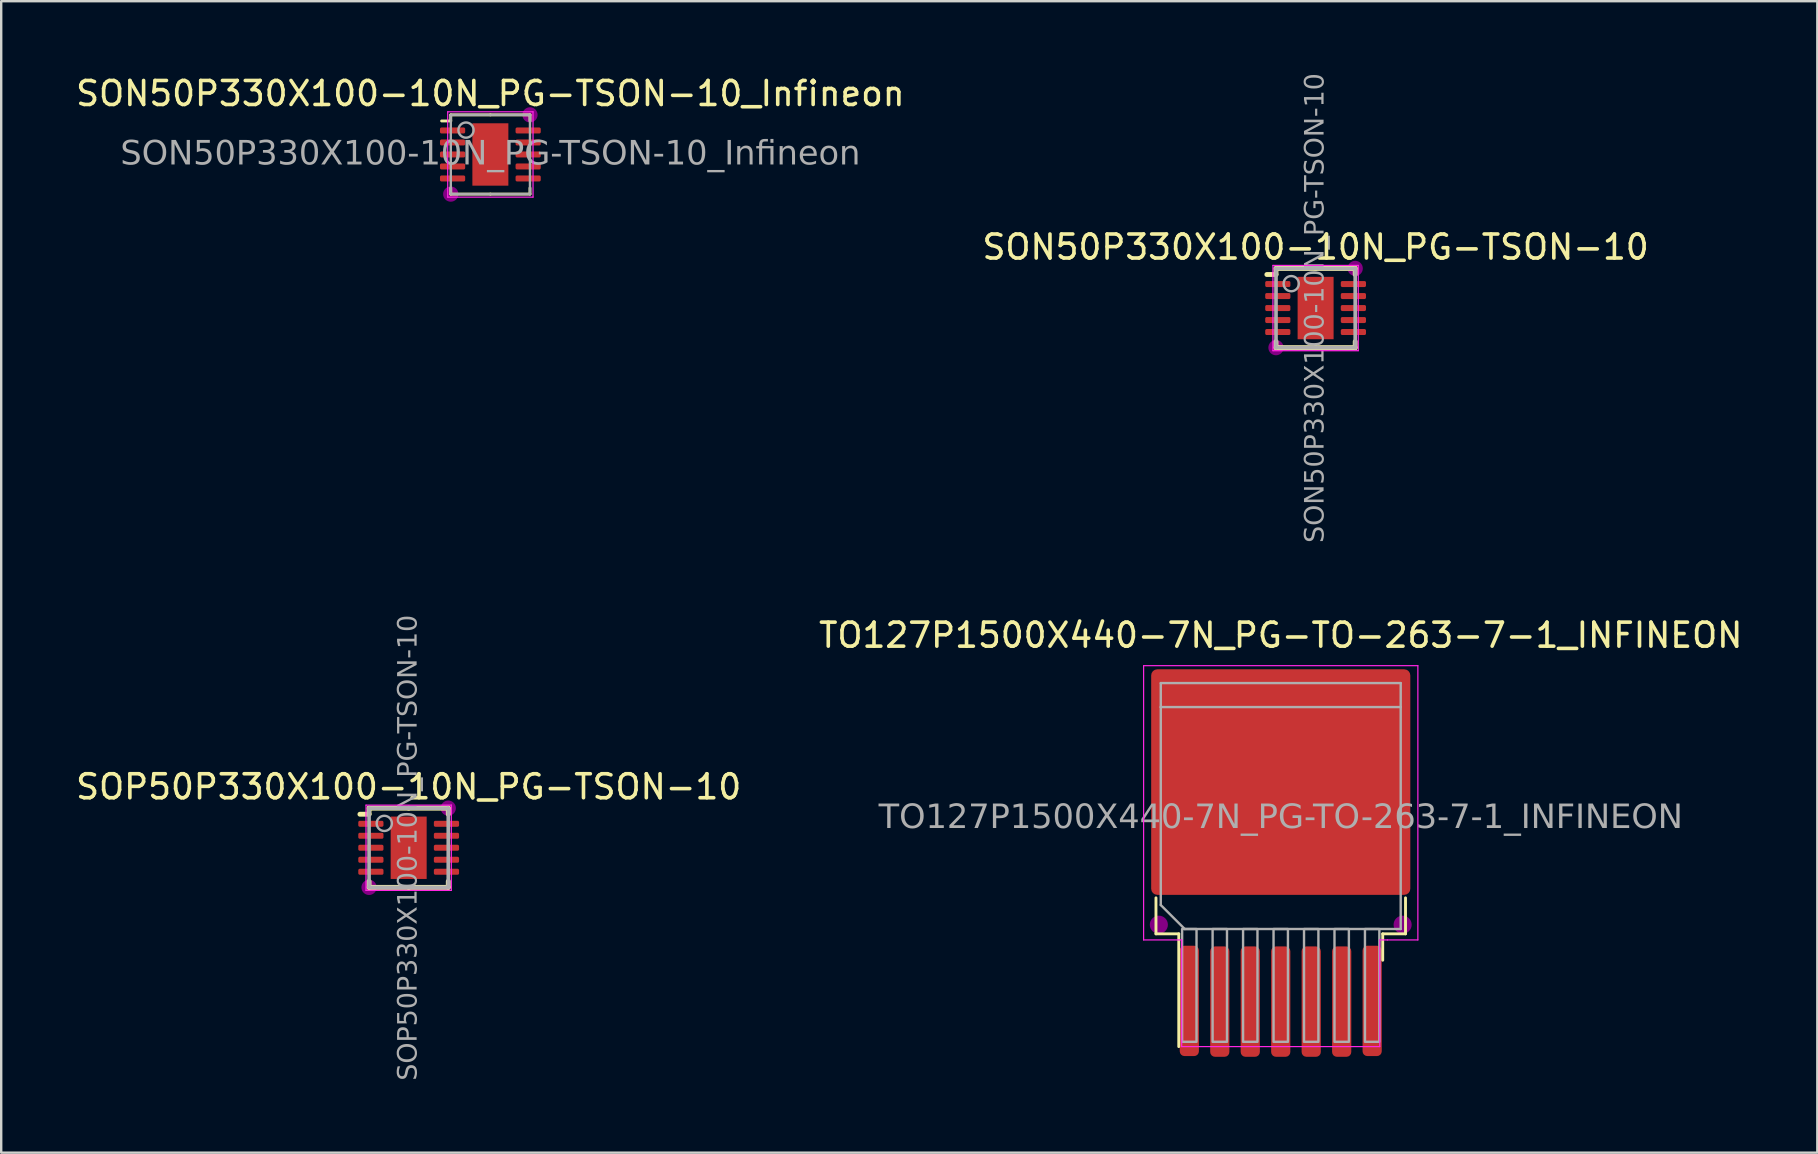
<source format=kicad_pcb>
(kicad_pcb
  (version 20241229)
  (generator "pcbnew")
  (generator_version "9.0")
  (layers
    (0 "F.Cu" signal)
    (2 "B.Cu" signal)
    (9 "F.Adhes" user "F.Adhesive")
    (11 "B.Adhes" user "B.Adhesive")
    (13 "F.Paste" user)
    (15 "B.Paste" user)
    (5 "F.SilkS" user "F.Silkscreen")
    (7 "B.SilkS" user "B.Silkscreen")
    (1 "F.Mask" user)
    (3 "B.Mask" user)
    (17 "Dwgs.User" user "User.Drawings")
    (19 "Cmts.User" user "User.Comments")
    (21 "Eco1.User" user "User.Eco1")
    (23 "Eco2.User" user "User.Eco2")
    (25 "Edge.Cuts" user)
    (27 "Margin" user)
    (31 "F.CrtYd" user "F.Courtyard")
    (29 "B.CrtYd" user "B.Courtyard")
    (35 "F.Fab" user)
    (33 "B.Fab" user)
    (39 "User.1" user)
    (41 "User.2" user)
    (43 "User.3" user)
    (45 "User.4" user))
  (footprint "SOP50P330X100-10N_PG-TSON-10"
    (layer "F.Cu")
    (at 13.982 32.282)
    (property "Reference" "SOP50P330X100-10N_PG-TSON-10" (at 0 -2.54 0) (layer "F.SilkS") (effects (font (size 1 1) (thickness 0.15))))
    (attr smd)
    (fp_line (start -2.032 -1.397) (end -1.651 -1.397) (stroke (width 0.203) (type solid)) (layer "F.SilkS"))
    (fp_line (start -1.651 -1.397) (end -1.651 -1.651) (stroke (width 0.203) (type solid)) (layer "F.SilkS"))
    (fp_line (start -1.651 1.397) (end -1.651 1.651) (stroke (width 0.203) (type solid)) (layer "F.SilkS"))
    (fp_line (start 0 -1.651) (end -1.651 -1.651) (stroke (width 0.203) (type solid)) (layer "F.SilkS"))
    (fp_line (start 0 -1.651) (end 1.651 -1.651) (stroke (width 0.203) (type solid)) (layer "F.SilkS"))
    (fp_line (start 0 1.651) (end -1.651 1.651) (stroke (width 0.203) (type solid)) (layer "F.SilkS"))
    (fp_line (start 0 1.651) (end 1.651 1.651) (stroke (width 0.203) (type solid)) (layer "F.SilkS"))
    (fp_line (start 1.651 -1.397) (end 1.651 -1.651) (stroke (width 0.203) (type solid)) (layer "F.SilkS"))
    (fp_line (start 1.651 1.397) (end 1.651 1.651) (stroke (width 0.203) (type solid)) (layer "F.SilkS"))
    (fp_circle (center -1.651 1.651) (end -1.333 1.651) (stroke (width 0) (type solid)) (fill yes) (layer "F.Adhes"))
    (fp_circle (center 1.651 -1.651) (end 1.968 -1.651) (stroke (width 0) (type solid)) (fill yes) (layer "F.Adhes"))
    (fp_line (start -1.778 -1.778) (end -1.778 1.778) (stroke (width 0.05) (type solid)) (layer "F.CrtYd"))
    (fp_line (start -1.778 1.778) (end 1.778 1.778) (stroke (width 0.05) (type solid)) (layer "F.CrtYd"))
    (fp_line (start 1.778 -1.778) (end -1.778 -1.778) (stroke (width 0.05) (type solid)) (layer "F.CrtYd"))
    (fp_line (start 1.778 1.778) (end 1.778 -1.778) (stroke (width 0.05) (type solid)) (layer "F.CrtYd"))
    (fp_line (start -1.65 -1.65) (end 1.65 -1.65) (stroke (width 0.152) (type solid)) (layer "F.Fab"))
    (fp_line (start -1.65 1.65) (end -1.65 -1.65) (stroke (width 0.152) (type solid)) (layer "F.Fab"))
    (fp_line (start 1.65 -1.65) (end 1.65 1.65) (stroke (width 0.152) (type solid)) (layer "F.Fab"))
    (fp_line (start 1.65 1.65) (end -1.65 1.65) (stroke (width 0.152) (type solid)) (layer "F.Fab"))
    (fp_circle (center -1.016 -1.016) (end -0.699 -1.016) (stroke (width 0.1) (type solid)) (fill no) (layer "F.Fab"))
    (fp_text user "${REFERENCE}" (at 0 0 90) (layer "F.Fab") (effects (font (face "Tahoma") (size 0.8 0.8) (thickness 0.15))))
    (pad "" smd rect (at -0.37 -0.6) (size 0.54 1) (property pad_prop_heatsink) (layers "F.Paste"))
    (pad "" smd rect (at -0.37 0.6) (size 0.54 1) (property pad_prop_heatsink) (layers "F.Paste"))
    (pad "" smd rect (at 0.37 -0.6) (size 0.54 1) (property pad_prop_heatsink) (layers "F.Paste"))
    (pad "" smd rect (at 0.37 0.6) (size 0.54 1) (property pad_prop_heatsink) (layers "F.Paste"))
    (pad "1" smd roundrect (at -1.575 -1) (size 1.05 0.25) (layers "F.Cu" "F.Mask" "F.Paste") (roundrect_rratio 0.25))
    (pad "2" smd roundrect (at -1.575 -0.5) (size 1.05 0.25) (layers "F.Cu" "F.Mask" "F.Paste") (roundrect_rratio 0.25))
    (pad "3" smd roundrect (at -1.575 0) (size 1.05 0.25) (layers "F.Cu" "F.Mask" "F.Paste") (roundrect_rratio 0.25))
    (pad "4" smd roundrect (at -1.575 0.5) (size 1.05 0.25) (layers "F.Cu" "F.Mask" "F.Paste") (roundrect_rratio 0.25))
    (pad "5" smd roundrect (at -1.575 1) (size 1.05 0.25) (layers "F.Cu" "F.Mask" "F.Paste") (roundrect_rratio 0.25))
    (pad "6" smd roundrect (at 1.575 1) (size 1.05 0.25) (layers "F.Cu" "F.Mask" "F.Paste") (roundrect_rratio 0.25))
    (pad "7" smd roundrect (at 1.575 0.5) (size 1.05 0.25) (layers "F.Cu" "F.Mask" "F.Paste") (roundrect_rratio 0.25))
    (pad "8" smd roundrect (at 1.575 0) (size 1.05 0.25) (layers "F.Cu" "F.Mask" "F.Paste") (roundrect_rratio 0.25))
    (pad "9" smd roundrect (at 1.575 -0.5) (size 1.05 0.25) (layers "F.Cu" "F.Mask" "F.Paste") (roundrect_rratio 0.25))
    (pad "10" smd roundrect (at 1.575 -1) (size 1.05 0.25) (layers "F.Cu" "F.Mask" "F.Paste") (roundrect_rratio 0.25))
    (pad "11" smd rect (at 0 0) (size 1.5 2.6) (property pad_prop_heatsink) (layers "F.Cu" "F.Mask")))
  (footprint "SON50P330X100-10N_PG-TSON-10"
    (layer "F.Cu")
    (at 51.78 9.788)
    (property "Reference" "SON50P330X100-10N_PG-TSON-10" (at 0 -2.54 0) (layer "F.SilkS") (effects (font (size 1 1) (thickness 0.15))))
    (attr smd)
    (fp_line (start -2.032 -1.397) (end -1.651 -1.397) (stroke (width 0.203) (type solid)) (layer "F.SilkS"))
    (fp_line (start -1.651 -1.397) (end -1.651 -1.651) (stroke (width 0.203) (type solid)) (layer "F.SilkS"))
    (fp_line (start -1.651 1.397) (end -1.651 1.651) (stroke (width 0.203) (type solid)) (layer "F.SilkS"))
    (fp_line (start 0 -1.651) (end -1.651 -1.651) (stroke (width 0.203) (type solid)) (layer "F.SilkS"))
    (fp_line (start 0 -1.651) (end 1.651 -1.651) (stroke (width 0.203) (type solid)) (layer "F.SilkS"))
    (fp_line (start 0 1.651) (end -1.651 1.651) (stroke (width 0.203) (type solid)) (layer "F.SilkS"))
    (fp_line (start 0 1.651) (end 1.651 1.651) (stroke (width 0.203) (type solid)) (layer "F.SilkS"))
    (fp_line (start 1.651 -1.397) (end 1.651 -1.651) (stroke (width 0.203) (type solid)) (layer "F.SilkS"))
    (fp_line (start 1.651 1.397) (end 1.651 1.651) (stroke (width 0.203) (type solid)) (layer "F.SilkS"))
    (fp_circle (center -1.651 1.651) (end -1.333 1.651) (stroke (width 0) (type solid)) (fill yes) (layer "F.Adhes"))
    (fp_circle (center 1.651 -1.651) (end 1.968 -1.651) (stroke (width 0) (type solid)) (fill yes) (layer "F.Adhes"))
    (fp_line (start -1.778 -1.778) (end -1.778 1.778) (stroke (width 0.05) (type solid)) (layer "F.CrtYd"))
    (fp_line (start -1.778 1.778) (end 1.778 1.778) (stroke (width 0.05) (type solid)) (layer "F.CrtYd"))
    (fp_line (start 1.778 -1.778) (end -1.778 -1.778) (stroke (width 0.05) (type solid)) (layer "F.CrtYd"))
    (fp_line (start 1.778 1.778) (end 1.778 -1.778) (stroke (width 0.05) (type solid)) (layer "F.CrtYd"))
    (fp_line (start -1.65 -1.65) (end 1.65 -1.65) (stroke (width 0.152) (type solid)) (layer "F.Fab"))
    (fp_line (start -1.65 1.65) (end -1.65 -1.65) (stroke (width 0.152) (type solid)) (layer "F.Fab"))
    (fp_line (start 1.65 -1.65) (end 1.65 1.65) (stroke (width 0.152) (type solid)) (layer "F.Fab"))
    (fp_line (start 1.65 1.65) (end -1.65 1.65) (stroke (width 0.152) (type solid)) (layer "F.Fab"))
    (fp_circle (center -1.016 -1.016) (end -0.699 -1.016) (stroke (width 0.1) (type solid)) (fill no) (layer "F.Fab"))
    (fp_text user "${REFERENCE}" (at 0 0 90) (layer "F.Fab") (effects (font (face "Tahoma") (size 0.8 0.8) (thickness 0.15))))
    (pad "" smd rect (at -0.37 -0.6) (size 0.54 1) (property pad_prop_heatsink) (layers "F.Paste"))
    (pad "" smd rect (at -0.37 0.6) (size 0.54 1) (property pad_prop_heatsink) (layers "F.Paste"))
    (pad "" smd rect (at 0.37 -0.6) (size 0.54 1) (property pad_prop_heatsink) (layers "F.Paste"))
    (pad "" smd rect (at 0.37 0.6) (size 0.54 1) (property pad_prop_heatsink) (layers "F.Paste"))
    (pad "1" smd roundrect (at -1.575 -1) (size 1.05 0.25) (layers "F.Cu" "F.Mask" "F.Paste") (roundrect_rratio 0.25))
    (pad "2" smd roundrect (at -1.575 -0.5) (size 1.05 0.25) (layers "F.Cu" "F.Mask" "F.Paste") (roundrect_rratio 0.25))
    (pad "3" smd roundrect (at -1.575 0) (size 1.05 0.25) (layers "F.Cu" "F.Mask" "F.Paste") (roundrect_rratio 0.25))
    (pad "4" smd roundrect (at -1.575 0.5) (size 1.05 0.25) (layers "F.Cu" "F.Mask" "F.Paste") (roundrect_rratio 0.25))
    (pad "5" smd roundrect (at -1.575 1) (size 1.05 0.25) (layers "F.Cu" "F.Mask" "F.Paste") (roundrect_rratio 0.25))
    (pad "6" smd roundrect (at 1.575 1) (size 1.05 0.25) (layers "F.Cu" "F.Mask" "F.Paste") (roundrect_rratio 0.25))
    (pad "7" smd roundrect (at 1.575 0.5) (size 1.05 0.25) (layers "F.Cu" "F.Mask" "F.Paste") (roundrect_rratio 0.25))
    (pad "8" smd roundrect (at 1.575 0) (size 1.05 0.25) (layers "F.Cu" "F.Mask" "F.Paste") (roundrect_rratio 0.25))
    (pad "9" smd roundrect (at 1.575 -0.5) (size 1.05 0.25) (layers "F.Cu" "F.Mask" "F.Paste") (roundrect_rratio 0.25))
    (pad "10" smd roundrect (at 1.575 -1) (size 1.05 0.25) (layers "F.Cu" "F.Mask" "F.Paste") (roundrect_rratio 0.25))
    (pad "11" smd rect (at 0 0) (size 1.5 2.6) (property pad_prop_heatsink) (layers "F.Cu" "F.Mask")))
  (footprint "TO127P1500X440-7N_PG-TO-263-7-1_INFINEON"
    (layer "F.Cu")
    (at 50.327 31.044)
    (property "Reference" "TO127P1500X440-7N_PG-TO-263-7-1_INFINEON" (at 0 -7.62 0) (layer "F.SilkS") (effects (font (size 1 1) (thickness 0.15))))
    (attr smd)
    (fp_line (start -5.2 3.325) (end -5.2 4.825) (stroke (width 0.12) (type solid)) (layer "F.SilkS"))
    (fp_line (start -5.2 4.825) (end -4.25 4.825) (stroke (width 0.12) (type solid)) (layer "F.SilkS"))
    (fp_line (start -4.25 4.825) (end -4.25 9.525) (stroke (width 0.12) (type solid)) (layer "F.SilkS"))
    (fp_line (start 4.25 4.825) (end 4.25 5.925) (stroke (width 0.12) (type solid)) (layer "F.SilkS"))
    (fp_line (start 5.2 3.325) (end 5.2 4.825) (stroke (width 0.12) (type solid)) (layer "F.SilkS"))
    (fp_line (start 5.2 4.825) (end 4.25 4.825) (stroke (width 0.12) (type solid)) (layer "F.SilkS"))
    (fp_circle (center -5.08 4.445) (end -4.763 4.445) (stroke (width 0.12) (type solid)) (fill yes) (layer "F.Adhes"))
    (fp_circle (center 5.08 4.445) (end 5.397 4.445) (stroke (width 0.12) (type solid)) (fill yes) (layer "F.Adhes"))
    (fp_line (start -5.715 -6.35) (end 5.715 -6.35) (stroke (width 0.05) (type default)) (layer "F.CrtYd"))
    (fp_line (start -5.715 5.08) (end -5.715 -6.35) (stroke (width 0.05) (type default)) (layer "F.CrtYd"))
    (fp_line (start -4.128 5.08) (end -5.715 5.08) (stroke (width 0.05) (type default)) (layer "F.CrtYd"))
    (fp_line (start -4.128 9.525) (end -4.128 5.08) (stroke (width 0.05) (type default)) (layer "F.CrtYd"))
    (fp_line (start 4.128 5.08) (end 4.128 9.525) (stroke (width 0.05) (type default)) (layer "F.CrtYd"))
    (fp_line (start 4.128 9.525) (end -4.128 9.525) (stroke (width 0.05) (type default)) (layer "F.CrtYd"))
    (fp_line (start 4.445 5.08) (end 4.128 5.08) (stroke (width 0.05) (type default)) (layer "F.CrtYd"))
    (fp_line (start 5.715 -6.35) (end 5.715 5.08) (stroke (width 0.05) (type default)) (layer "F.CrtYd"))
    (fp_line (start 5.715 5.08) (end 4.445 5.08) (stroke (width 0.05) (type default)) (layer "F.CrtYd"))
    (fp_line (start -5 -5.625) (end 5 -5.625) (stroke (width 0.1) (type solid)) (layer "F.Fab"))
    (fp_line (start -5 -4.625) (end -5 -5.625) (stroke (width 0.1) (type solid)) (layer "F.Fab"))
    (fp_line (start -5 -4.625) (end 5 -4.625) (stroke (width 0.1) (type solid)) (layer "F.Fab"))
    (fp_line (start -5 3.625) (end -5 -4.625) (stroke (width 0.1) (type solid)) (layer "F.Fab"))
    (fp_line (start -4 4.625) (end -5 3.625) (stroke (width 0.1) (type solid)) (layer "F.Fab"))
    (fp_line (start 5 -5.625) (end 5 -4.625) (stroke (width 0.1) (type solid)) (layer "F.Fab"))
    (fp_line (start 5 -4.625) (end 5 4.625) (stroke (width 0.1) (type solid)) (layer "F.Fab"))
    (fp_line (start 5 4.625) (end -4 4.625) (stroke (width 0.1) (type solid)) (layer "F.Fab"))
    (fp_rect (start -4.11 4.625) (end -3.51 9.325) (stroke (width 0.1) (type solid)) (fill no) (layer "F.Fab"))
    (fp_rect (start -2.84 4.625) (end -2.24 9.325) (stroke (width 0.1) (type solid)) (fill no) (layer "F.Fab"))
    (fp_rect (start -1.57 4.625) (end -0.97 9.325) (stroke (width 0.1) (type solid)) (fill no) (layer "F.Fab"))
    (fp_rect (start -0.3 4.625) (end 0.3 9.325) (stroke (width 0.1) (type solid)) (fill no) (layer "F.Fab"))
    (fp_rect (start 0.97 4.625) (end 1.57 9.325) (stroke (width 0.1) (type solid)) (fill no) (layer "F.Fab"))
    (fp_rect (start 2.24 4.625) (end 2.84 9.325) (stroke (width 0.1) (type solid)) (fill no) (layer "F.Fab"))
    (fp_rect (start 3.51 4.625) (end 4.11 9.325) (stroke (width 0.1) (type solid)) (fill no) (layer "F.Fab"))
    (fp_text user "${REFERENCE}" (at 0 0 0) (layer "F.Fab") (effects (font (face "Tahoma") (size 1 1) (thickness 0.15))))
    (pad "" smd roundrect (at -2.775 -3.925 90) (size 4.55 5.25) (property pad_prop_heatsink) (layers "F.Paste") (roundrect_rratio 0.055))
    (pad "" smd roundrect (at -2.775 0.925 90) (size 4.55 5.25) (property pad_prop_heatsink) (layers "F.Paste") (roundrect_rratio 0.055))
    (pad "" smd roundrect (at 2.775 -3.925 90) (size 4.55 5.25) (property pad_prop_heatsink) (layers "F.Paste") (roundrect_rratio 0.055))
    (pad "" smd roundrect (at 2.775 0.925 90) (size 4.55 5.25) (property pad_prop_heatsink) (layers "F.Paste") (roundrect_rratio 0.055))
    (pad "1" smd roundrect (at -3.81 7.62 90) (size 4.6 0.8) (layers "F.Cu" "F.Mask" "F.Paste") (roundrect_rratio 0.25))
    (pad "2" smd roundrect (at -2.54 7.65 90) (size 4.6 0.8) (layers "F.Cu" "F.Mask" "F.Paste") (roundrect_rratio 0.25))
    (pad "3" smd roundrect (at -1.27 7.65 90) (size 4.6 0.8) (layers "F.Cu" "F.Mask" "F.Paste") (roundrect_rratio 0.25))
    (pad "4" smd roundrect (at 0 -1.5) (size 10.8 9.4) (property pad_prop_heatsink) (layers "F.Cu" "F.Mask") (roundrect_rratio 0.027))
    (pad "4" smd roundrect (at 0 7.65 90) (size 4.6 0.8) (layers "F.Cu" "F.Mask" "F.Paste") (roundrect_rratio 0.25))
    (pad "5" smd roundrect (at 1.27 7.65 90) (size 4.6 0.8) (layers "F.Cu" "F.Mask" "F.Paste") (roundrect_rratio 0.25))
    (pad "6" smd roundrect (at 2.54 7.65 90) (size 4.6 0.8) (layers "F.Cu" "F.Mask" "F.Paste") (roundrect_rratio 0.25))
    (pad "7" smd roundrect (at 3.81 7.62 90) (size 4.6 0.8) (layers "F.Cu" "F.Mask" "F.Paste") (roundrect_rratio 0.25)))
  (footprint "SON50P330X100-10N_PG-TSON-10_Infineon"
    (layer "F.Cu")
    (at 17.387 3.388)
    (property "Reference" "SON50P330X100-10N_PG-TSON-10_Infineon" (at 0 -2.54 0) (layer "F.SilkS") (effects (font (size 1 1) (thickness 0.15))))
    (attr smd)
    (fp_line (start -2.032 -1.397) (end -1.651 -1.397) (stroke (width 0.12) (type solid)) (layer "F.SilkS"))
    (fp_line (start -1.651 -1.397) (end -1.651 -1.651) (stroke (width 0.12) (type solid)) (layer "F.SilkS"))
    (fp_line (start -1.651 1.397) (end -1.651 1.651) (stroke (width 0.12) (type solid)) (layer "F.SilkS"))
    (fp_line (start 0 -1.651) (end -1.651 -1.651) (stroke (width 0.12) (type solid)) (layer "F.SilkS"))
    (fp_line (start 0 -1.651) (end 1.651 -1.651) (stroke (width 0.12) (type solid)) (layer "F.SilkS"))
    (fp_line (start 0 1.651) (end -1.651 1.651) (stroke (width 0.12) (type solid)) (layer "F.SilkS"))
    (fp_line (start 0 1.651) (end 1.651 1.651) (stroke (width 0.12) (type solid)) (layer "F.SilkS"))
    (fp_line (start 1.651 -1.397) (end 1.651 -1.651) (stroke (width 0.12) (type solid)) (layer "F.SilkS"))
    (fp_line (start 1.651 1.397) (end 1.651 1.651) (stroke (width 0.12) (type solid)) (layer "F.SilkS"))
    (fp_circle (center -1.651 1.651) (end -1.333 1.651) (stroke (width 0) (type solid)) (fill yes) (layer "F.Adhes"))
    (fp_circle (center 1.651 -1.651) (end 1.968 -1.651) (stroke (width 0) (type solid)) (fill yes) (layer "F.Adhes"))
    (fp_line (start -1.778 -1.778) (end -1.778 1.778) (stroke (width 0.05) (type solid)) (layer "F.CrtYd"))
    (fp_line (start -1.778 1.778) (end 1.778 1.778) (stroke (width 0.05) (type solid)) (layer "F.CrtYd"))
    (fp_line (start 1.778 -1.778) (end -1.778 -1.778) (stroke (width 0.05) (type solid)) (layer "F.CrtYd"))
    (fp_line (start 1.778 1.778) (end 1.778 -1.778) (stroke (width 0.05) (type solid)) (layer "F.CrtYd"))
    (fp_line (start -1.65 -1.65) (end 1.65 -1.65) (stroke (width 0.1) (type solid)) (layer "F.Fab"))
    (fp_line (start -1.65 1.65) (end -1.65 -1.65) (stroke (width 0.1) (type solid)) (layer "F.Fab"))
    (fp_line (start 1.65 -1.65) (end 1.65 1.65) (stroke (width 0.1) (type solid)) (layer "F.Fab"))
    (fp_line (start 1.65 1.65) (end -1.65 1.65) (stroke (width 0.1) (type solid)) (layer "F.Fab"))
    (fp_circle (center -1.016 -1.016) (end -0.699 -1.016) (stroke (width 0.1) (type solid)) (fill no) (layer "F.Fab"))
    (fp_text user "${REFERENCE}" (at 0 0 0) (layer "F.Fab") (effects (font (face "Tahoma") (size 1 1) (thickness 0.15))))
    (pad "" smd rect (at -0.37 -0.6) (size 0.54 1) (property pad_prop_heatsink) (layers "F.Paste"))
    (pad "" smd rect (at -0.37 0.6) (size 0.54 1) (property pad_prop_heatsink) (layers "F.Paste"))
    (pad "" smd rect (at 0.37 -0.6) (size 0.54 1) (property pad_prop_heatsink) (layers "F.Paste"))
    (pad "" smd rect (at 0.37 0.6) (size 0.54 1) (property pad_prop_heatsink) (layers "F.Paste"))
    (pad "1" smd roundrect (at -1.575 -1) (size 1.05 0.25) (layers "F.Cu" "F.Mask" "F.Paste") (roundrect_rratio 0.25))
    (pad "2" smd roundrect (at -1.575 -0.5) (size 1.05 0.25) (layers "F.Cu" "F.Mask" "F.Paste") (roundrect_rratio 0.25))
    (pad "3" smd roundrect (at -1.575 0) (size 1.05 0.25) (layers "F.Cu" "F.Mask" "F.Paste") (roundrect_rratio 0.25))
    (pad "4" smd roundrect (at -1.575 0.5) (size 1.05 0.25) (layers "F.Cu" "F.Mask" "F.Paste") (roundrect_rratio 0.25))
    (pad "5" smd roundrect (at -1.575 1) (size 1.05 0.25) (layers "F.Cu" "F.Mask" "F.Paste") (roundrect_rratio 0.25))
    (pad "6" smd roundrect (at 1.575 1) (size 1.05 0.25) (layers "F.Cu" "F.Mask" "F.Paste") (roundrect_rratio 0.25))
    (pad "7" smd roundrect (at 1.575 0.5) (size 1.05 0.25) (layers "F.Cu" "F.Mask" "F.Paste") (roundrect_rratio 0.25))
    (pad "8" smd roundrect (at 1.575 0) (size 1.05 0.25) (layers "F.Cu" "F.Mask" "F.Paste") (roundrect_rratio 0.25))
    (pad "9" smd roundrect (at 1.575 -0.5) (size 1.05 0.25) (layers "F.Cu" "F.Mask" "F.Paste") (roundrect_rratio 0.25))
    (pad "10" smd roundrect (at 1.575 -1) (size 1.05 0.25) (layers "F.Cu" "F.Mask" "F.Paste") (roundrect_rratio 0.25))
    (pad "11" smd rect (at 0 0) (size 1.5 2.6) (property pad_prop_heatsink) (layers "F.Cu" "F.Mask")))
  (gr_rect
    (start -3 -3)
    (end 72.69 44.989)
    (stroke (width 0.1) (type default))
    (fill no)
    (layer "Edge.Cuts")))
</source>
